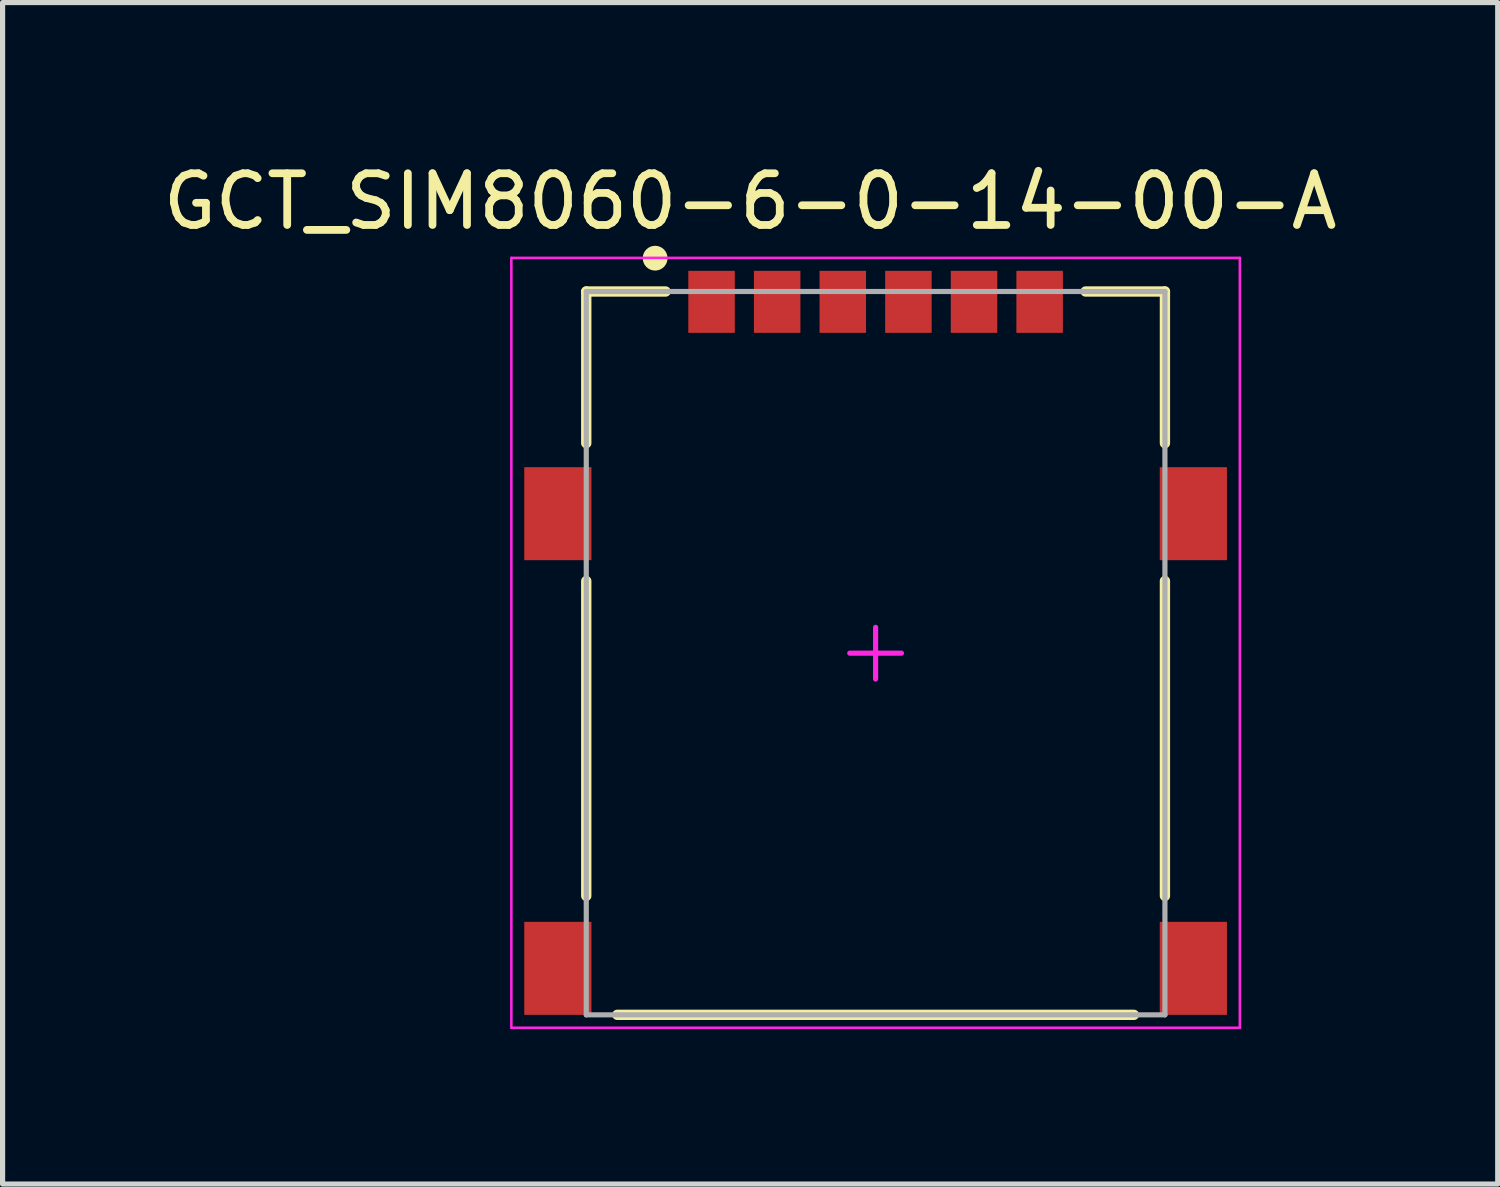
<source format=kicad_pcb>
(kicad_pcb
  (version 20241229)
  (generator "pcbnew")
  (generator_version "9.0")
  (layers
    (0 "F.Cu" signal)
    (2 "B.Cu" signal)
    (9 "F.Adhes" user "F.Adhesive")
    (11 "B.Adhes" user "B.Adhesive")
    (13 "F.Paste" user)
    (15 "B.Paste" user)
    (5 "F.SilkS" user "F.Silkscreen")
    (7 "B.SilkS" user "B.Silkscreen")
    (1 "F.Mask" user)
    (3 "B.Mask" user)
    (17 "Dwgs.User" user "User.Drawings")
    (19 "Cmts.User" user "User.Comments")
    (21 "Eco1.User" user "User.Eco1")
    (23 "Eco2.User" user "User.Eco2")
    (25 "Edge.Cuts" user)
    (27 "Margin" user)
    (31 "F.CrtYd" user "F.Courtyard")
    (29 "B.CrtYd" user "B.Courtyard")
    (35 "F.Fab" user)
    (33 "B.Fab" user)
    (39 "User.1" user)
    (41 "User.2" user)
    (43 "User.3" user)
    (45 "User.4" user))
  (footprint "GCT_SIM8060-6-0-14-00-A"
    (layer "F.Cu")
    (at 13.897 9.592)
    (property "Reference" "GCT_SIM8060-6-0-14-00-A" (at -2.427 -8.743 0) (layer "F.SilkS") (effects (font (size 1.001 1.001) (thickness 0.15))))
    (attr smd)
    (fp_line (start -5.6 -7) (end -4.064 -7) (stroke (width 0.2) (type solid)) (layer "F.SilkS"))
    (fp_line (start -5.6 -4.064) (end -5.6 -7) (stroke (width 0.2) (type solid)) (layer "F.SilkS"))
    (fp_line (start -5.6 -1.397) (end -5.6 4.699) (stroke (width 0.2) (type solid)) (layer "F.SilkS"))
    (fp_line (start -5 7) (end 5 7) (stroke (width 0.2) (type solid)) (layer "F.SilkS"))
    (fp_line (start 4.064 -7) (end 5.6 -7) (stroke (width 0.2) (type solid)) (layer "F.SilkS"))
    (fp_line (start 5.6 -7) (end 5.6 -4.064) (stroke (width 0.2) (type solid)) (layer "F.SilkS"))
    (fp_line (start 5.6 4.699) (end 5.6 -1.397) (stroke (width 0.2) (type solid)) (layer "F.SilkS"))
    (fp_circle (center -4.267 -7.645) (end -4.147 -7.645) (stroke (width 0.24) (type solid)) (fill no) (layer "F.SilkS"))
    (fp_line (start -7.05 -7.65) (end 7.05 -7.65) (stroke (width 0.05) (type solid)) (layer "F.CrtYd"))
    (fp_line (start -7.05 7.25) (end -7.05 -7.65) (stroke (width 0.05) (type solid)) (layer "F.CrtYd"))
    (fp_line (start -0.5 0) (end 0.5 0) (stroke (width 0.1) (type solid)) (layer "F.CrtYd"))
    (fp_line (start 0 -0.5) (end 0 0.5) (stroke (width 0.1) (type solid)) (layer "F.CrtYd"))
    (fp_line (start 7.05 -7.65) (end 7.05 7.25) (stroke (width 0.05) (type solid)) (layer "F.CrtYd"))
    (fp_line (start 7.05 7.25) (end -7.05 7.25) (stroke (width 0.05) (type solid)) (layer "F.CrtYd"))
    (fp_line (start -5.6 -7) (end 5.6 -7) (stroke (width 0.1) (type solid)) (layer "F.Fab"))
    (fp_line (start -5.6 7) (end -5.6 -7) (stroke (width 0.1) (type solid)) (layer "F.Fab"))
    (fp_line (start 5.6 -7) (end 5.6 7) (stroke (width 0.1) (type solid)) (layer "F.Fab"))
    (fp_line (start 5.6 7) (end -5.6 7) (stroke (width 0.1) (type solid)) (layer "F.Fab"))
    (pad "C1" smd rect (at -3.175 -6.8) (size 0.9 1.2) (layers "F.Cu" "F.Mask" "F.Paste"))
    (pad "C2" smd rect (at -0.635 -6.8) (size 0.9 1.2) (layers "F.Cu" "F.Mask" "F.Paste"))
    (pad "C3" smd rect (at 1.905 -6.8) (size 0.9 1.2) (layers "F.Cu" "F.Mask" "F.Paste"))
    (pad "C5" smd rect (at -1.905 -6.8) (size 0.9 1.2) (layers "F.Cu" "F.Mask" "F.Paste"))
    (pad "C6" smd rect (at 0.635 -6.8) (size 0.9 1.2) (layers "F.Cu" "F.Mask" "F.Paste"))
    (pad "C7" smd rect (at 3.175 -6.8) (size 0.9 1.2) (layers "F.Cu" "F.Mask" "F.Paste"))
    (pad "S1" smd rect (at -6.15 -2.7) (size 1.3 1.8) (layers "F.Cu" "F.Mask" "F.Paste"))
    (pad "S2" smd rect (at 6.15 -2.7) (size 1.3 1.8) (layers "F.Cu" "F.Mask" "F.Paste"))
    (pad "S3" smd rect (at -6.15 6.1) (size 1.3 1.8) (layers "F.Cu" "F.Mask" "F.Paste"))
    (pad "S4" smd rect (at 6.15 6.1) (size 1.3 1.8) (layers "F.Cu" "F.Mask" "F.Paste"))
    (zone (net_name "") (layer "F.Cu") (hatch full 0.508) (connect_pads) (min_thickness 0.01) (filled_areas_thickness no) (keepout (tracks not_allowed) (vias not_allowed) (pads not_allowed) (copperpour not_allowed) (footprints allowed)) (placement (enabled no)) (fill) (polygon (pts (xy 9.967 12.192) (xy 12.407 12.192) (xy 12.407 15.892) (xy 9.967 15.892))))
    (zone (net_name "") (layer "F.Cu") (hatch full 0.508) (connect_pads) (min_thickness 0.01) (filled_areas_thickness no) (keepout (tracks not_allowed) (vias not_allowed) (pads not_allowed) (copperpour not_allowed) (footprints allowed)) (placement (enabled no)) (fill) (polygon (pts (xy 10.537 5.172) (xy 11.837 5.172) (xy 11.837 8.872) (xy 10.537 8.872))))
    (zone (net_name "") (layer "F.Cu") (hatch full 0.508) (connect_pads) (min_thickness 0.01) (filled_areas_thickness no) (keepout (tracks not_allowed) (vias not_allowed) (pads not_allowed) (copperpour not_allowed) (footprints allowed)) (placement (enabled no)) (fill) (polygon (pts (xy 13.247 5.172) (xy 14.547 5.172) (xy 14.547 8.872) (xy 13.247 8.872))))
    (zone (net_name "") (layer "F.Cu") (hatch full 0.508) (connect_pads) (min_thickness 0.01) (filled_areas_thickness no) (keepout (tracks not_allowed) (vias not_allowed) (pads not_allowed) (copperpour not_allowed) (footprints allowed)) (placement (enabled no)) (fill) (polygon (pts (xy 13.247 12.192) (xy 14.547 12.192) (xy 14.547 15.892) (xy 13.247 15.892))))
    (zone (net_name "") (layer "F.Cu") (hatch full 0.508) (connect_pads) (min_thickness 0.01) (filled_areas_thickness no) (keepout (tracks not_allowed) (vias not_allowed) (pads not_allowed) (copperpour not_allowed) (footprints allowed)) (placement (enabled no)) (fill) (polygon (pts (xy 15.787 5.172) (xy 17.087 5.172) (xy 17.087 8.872) (xy 15.787 8.872))))
    (zone (net_name "") (layer "F.Cu") (hatch full 0.508) (connect_pads) (min_thickness 0.01) (filled_areas_thickness no) (keepout (tracks not_allowed) (vias not_allowed) (pads not_allowed) (copperpour not_allowed) (footprints allowed)) (placement (enabled no)) (fill) (polygon (pts (xy 15.787 12.192) (xy 17.087 12.192) (xy 17.087 15.892) (xy 15.787 15.892))))
    (zone (net_name "") (layers "F.Cu" "B.Cu") (hatch full 0.508) (connect_pads) (min_thickness 0.01) (filled_areas_thickness no) (keepout (tracks allowed) (vias not_allowed) (pads allowed) (copperpour allowed) (footprints allowed)) (placement (enabled no)) (fill) (polygon (pts (xy 9.967 12.192) (xy 12.407 12.192) (xy 12.407 15.892) (xy 9.967 15.892))))
    (zone (net_name "") (layers "F.Cu" "B.Cu") (hatch full 0.508) (connect_pads) (min_thickness 0.01) (filled_areas_thickness no) (keepout (tracks allowed) (vias not_allowed) (pads allowed) (copperpour allowed) (footprints allowed)) (placement (enabled no)) (fill) (polygon (pts (xy 10.537 5.172) (xy 11.837 5.172) (xy 11.837 8.872) (xy 10.537 8.872))))
    (zone (net_name "") (layers "F.Cu" "B.Cu") (hatch full 0.508) (connect_pads) (min_thickness 0.01) (filled_areas_thickness no) (keepout (tracks allowed) (vias not_allowed) (pads allowed) (copperpour allowed) (footprints allowed)) (placement (enabled no)) (fill) (polygon (pts (xy 13.247 5.172) (xy 14.547 5.172) (xy 14.547 8.872) (xy 13.247 8.872))))
    (zone (net_name "") (layers "F.Cu" "B.Cu") (hatch full 0.508) (connect_pads) (min_thickness 0.01) (filled_areas_thickness no) (keepout (tracks allowed) (vias not_allowed) (pads allowed) (copperpour allowed) (footprints allowed)) (placement (enabled no)) (fill) (polygon (pts (xy 13.247 12.192) (xy 14.547 12.192) (xy 14.547 15.892) (xy 13.247 15.892))))
    (zone (net_name "") (layers "F.Cu" "B.Cu") (hatch full 0.508) (connect_pads) (min_thickness 0.01) (filled_areas_thickness no) (keepout (tracks allowed) (vias not_allowed) (pads allowed) (copperpour allowed) (footprints allowed)) (placement (enabled no)) (fill) (polygon (pts (xy 15.787 5.172) (xy 17.087 5.172) (xy 17.087 8.872) (xy 15.787 8.872))))
    (zone (net_name "") (layers "F.Cu" "B.Cu") (hatch full 0.508) (connect_pads) (min_thickness 0.01) (filled_areas_thickness no) (keepout (tracks allowed) (vias not_allowed) (pads allowed) (copperpour allowed) (footprints allowed)) (placement (enabled no)) (fill) (polygon (pts (xy 15.787 12.192) (xy 17.087 12.192) (xy 17.087 15.892) (xy 15.787 15.892)))))
  (gr_rect
    (start -3 -3)
    (end 25.938 19.867)
    (stroke (width 0.1) (type default))
    (fill no)
    (layer "Edge.Cuts")))
</source>
